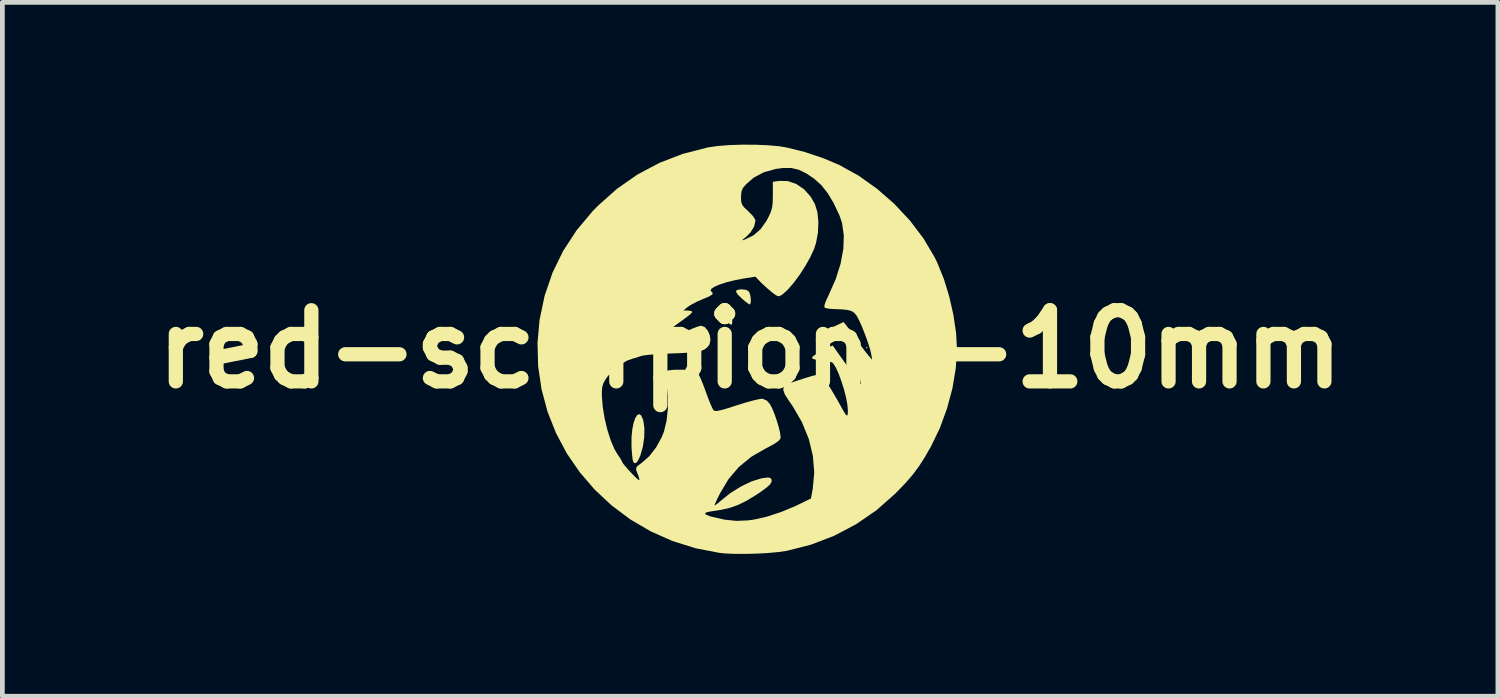
<source format=kicad_pcb>
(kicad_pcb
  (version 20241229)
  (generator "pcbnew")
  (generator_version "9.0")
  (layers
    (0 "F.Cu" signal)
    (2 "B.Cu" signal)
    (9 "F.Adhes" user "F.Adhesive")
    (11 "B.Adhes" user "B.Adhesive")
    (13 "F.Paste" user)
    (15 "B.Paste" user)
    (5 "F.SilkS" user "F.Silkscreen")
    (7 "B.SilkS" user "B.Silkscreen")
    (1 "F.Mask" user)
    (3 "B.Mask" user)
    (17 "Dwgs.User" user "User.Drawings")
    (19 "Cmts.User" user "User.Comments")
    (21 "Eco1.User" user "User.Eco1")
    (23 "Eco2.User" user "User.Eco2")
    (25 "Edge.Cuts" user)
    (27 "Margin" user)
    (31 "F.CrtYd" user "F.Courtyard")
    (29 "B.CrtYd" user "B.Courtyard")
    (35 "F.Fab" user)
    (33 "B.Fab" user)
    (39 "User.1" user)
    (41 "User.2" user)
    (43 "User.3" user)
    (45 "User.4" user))
  (footprint "red-scorpions-10mm"
    (layer "F.Cu")
    (at 12.764 4.312)
    (property "Reference" "red-scorpions-10mm" (at 0 0 0) (layer "F.SilkS") (effects (font (size 1.5 1.5) (thickness 0.3))))
    (attr board_only exclude_from_pos_files exclude_from_bom)
    (fp_poly (pts (xy 2.476 -0.032) (xy 2.46 -0.016) (xy 2.444 -0.032) (xy 2.46 -0.048)) (stroke (width 0) (type solid)) (fill yes) (layer "F.SilkS"))
    (fp_poly (pts (xy -0.479 -0.894) (xy -0.433 -0.851) (xy -0.404 -0.773) (xy -0.384 -0.679) (xy -0.376 -0.589) (xy -0.382 -0.529) (xy -0.391 -0.516) (xy -0.426 -0.528) (xy -0.491 -0.577) (xy -0.57 -0.653) (xy -0.573 -0.656) (xy -0.666 -0.764) (xy -0.704 -0.84) (xy -0.688 -0.888) (xy -0.619 -0.909) (xy -0.577 -0.911)) (stroke (width 0) (type solid)) (fill yes) (layer "F.SilkS"))
    (fp_poly (pts (xy -0.079 -1.251) (xy -0.025 -1.213) (xy -0.017 -1.2) (xy 0.004 -1.135) (xy 0.015 -1.055) (xy 0.013 -0.984) (xy -0.002 -0.945) (xy -0.008 -0.943) (xy -0.043 -0.963) (xy -0.11 -1.014) (xy -0.168 -1.063) (xy -0.26 -1.152) (xy -0.298 -1.212) (xy -0.281 -1.247) (xy -0.209 -1.261) (xy -0.177 -1.262)) (stroke (width 0) (type solid)) (fill yes) (layer "F.SilkS"))
    (fp_poly (pts (xy -2.297 1.397) (xy -2.258 1.482) (xy -2.253 1.501) (xy -2.229 1.662) (xy -2.232 1.855) (xy -2.261 2.055) (xy -2.312 2.235) (xy -2.363 2.349) (xy -2.408 2.402) (xy -2.447 2.395) (xy -2.464 2.374) (xy -2.477 2.325) (xy -2.488 2.229) (xy -2.498 2.102) (xy -2.501 2.029) (xy -2.5 1.851) (xy -2.484 1.692) (xy -2.458 1.558) (xy -2.423 1.455) (xy -2.382 1.39) (xy -2.339 1.369)) (stroke (width 0) (type solid)) (fill yes) (layer "F.SilkS"))
    (fp_poly (pts (xy 0.106 -4.311) (xy 0.372 -4.3) (xy 0.608 -4.279) (xy 0.759 -4.255) (xy 1.151 -4.158) (xy 1.545 -4.026) (xy 1.882 -3.883) (xy 2.289 -3.658) (xy 2.678 -3.381) (xy 3.042 -3.062) (xy 3.371 -2.71) (xy 3.657 -2.332) (xy 3.89 -1.938) (xy 3.947 -1.821) (xy 4.084 -1.482) (xy 4.199 -1.108) (xy 4.286 -0.721) (xy 4.342 -0.341) (xy 4.361 -0.004) (xy 4.336 0.4) (xy 4.265 0.825) (xy 4.15 1.253) (xy 3.998 1.668) (xy 3.812 2.052) (xy 3.682 2.278) (xy 3.561 2.467) (xy 3.436 2.636) (xy 3.292 2.803) (xy 3.117 2.987) (xy 3.051 3.053) (xy 2.661 3.397) (xy 2.232 3.691) (xy 1.77 3.934) (xy 1.279 4.122) (xy 0.777 4.25) (xy 0.607 4.275) (xy 0.392 4.295) (xy 0.153 4.309) (xy -0.092 4.315) (xy -0.325 4.315) (xy -0.526 4.306) (xy -0.639 4.295) (xy -1.151 4.196) (xy -1.639 4.043) (xy -2.098 3.839) (xy -2.526 3.588) (xy -2.919 3.294) (xy -3.276 2.961) (xy -3.592 2.593) (xy -3.866 2.194) (xy -4.093 1.767) (xy -4.271 1.317) (xy -4.387 0.884) (xy -3.126 0.884) (xy -3.125 0.99) (xy -3.107 1.218) (xy -3.067 1.46) (xy -3.01 1.698) (xy -2.94 1.918) (xy -2.862 2.103) (xy -2.794 2.218) (xy -2.739 2.298) (xy -2.706 2.357) (xy -2.7 2.374) (xy -2.679 2.409) (xy -2.626 2.474) (xy -2.554 2.556) (xy -2.476 2.639) (xy -2.405 2.71) (xy -2.354 2.755) (xy -2.339 2.764) (xy -2.335 2.738) (xy -2.354 2.674) (xy -2.364 2.648) (xy -2.399 2.559) (xy -2.404 2.504) (xy -2.372 2.46) (xy -2.296 2.404) (xy -2.286 2.397) (xy -2.127 2.257) (xy -1.983 2.071) (xy -1.865 1.858) (xy -1.816 1.735) (xy -1.761 1.508) (xy -1.733 1.249) (xy -1.733 0.981) (xy -1.762 0.732) (xy -1.77 0.692) (xy -1.793 0.579) (xy -1.799 0.513) (xy -1.788 0.477) (xy -1.77 0.461) (xy -1.71 0.444) (xy -1.606 0.434) (xy -1.479 0.432) (xy -1.346 0.435) (xy -1.229 0.445) (xy -1.146 0.461) (xy -1.124 0.471) (xy -1.092 0.516) (xy -1.047 0.608) (xy -0.995 0.734) (xy -0.941 0.878) (xy -0.888 1.024) (xy -0.838 1.15) (xy -0.797 1.242) (xy -0.771 1.287) (xy -0.745 1.301) (xy -0.7 1.302) (xy -0.627 1.288) (xy -0.517 1.258) (xy -0.359 1.208) (xy -0.278 1.182) (xy -0.111 1.13) (xy 0.04 1.087) (xy 0.163 1.058) (xy 0.244 1.044) (xy 0.261 1.044) (xy 0.354 1.085) (xy 0.416 1.154) (xy 0.462 1.24) (xy 0.512 1.361) (xy 0.56 1.499) (xy 0.602 1.638) (xy 0.631 1.761) (xy 0.643 1.851) (xy 0.641 1.88) (xy 0.604 1.93) (xy 0.515 1.993) (xy 0.37 2.072) (xy 0.338 2.087) (xy 0.025 2.268) (xy -0.237 2.483) (xy -0.455 2.738) (xy -0.636 3.041) (xy -0.636 3.041) (xy -0.69 3.15) (xy -0.73 3.238) (xy -0.75 3.287) (xy -0.751 3.292) (xy -0.73 3.285) (xy -0.675 3.244) (xy -0.621 3.197) (xy -0.415 3.032) (xy -0.191 2.893) (xy 0.032 2.786) (xy 0.24 2.722) (xy 0.284 2.715) (xy 0.378 2.705) (xy 0.428 2.715) (xy 0.451 2.745) (xy 0.453 2.794) (xy 0.42 2.85) (xy 0.345 2.919) (xy 0.224 3.008) (xy 0.114 3.08) (xy -0.083 3.199) (xy -0.256 3.284) (xy -0.43 3.345) (xy -0.626 3.389) (xy -0.823 3.419) (xy -0.919 3.438) (xy -0.952 3.463) (xy -0.921 3.493) (xy -0.827 3.527) (xy -0.805 3.533) (xy -0.534 3.594) (xy -0.289 3.619) (xy -0.047 3.609) (xy 0.08 3.592) (xy 0.355 3.53) (xy 0.656 3.431) (xy 0.963 3.303) (xy 1.025 3.273) (xy 1.283 3.147) (xy 1.32 2.944) (xy 1.352 2.601) (xy 1.323 2.248) (xy 1.237 1.893) (xy 1.094 1.541) (xy 0.897 1.201) (xy 0.821 1.092) (xy 0.733 0.956) (xy 0.697 0.853) (xy 0.712 0.781) (xy 0.751 0.748) (xy 0.8 0.729) (xy 0.895 0.695) (xy 1.022 0.653) (xy 1.142 0.614) (xy 1.311 0.563) (xy 1.426 0.536) (xy 1.493 0.531) (xy 1.514 0.54) (xy 1.551 0.593) (xy 1.61 0.687) (xy 1.684 0.808) (xy 1.763 0.94) (xy 1.838 1.069) (xy 1.901 1.181) (xy 1.91 1.198) (xy 1.978 1.319) (xy 2.021 1.385) (xy 2.047 1.4) (xy 2.058 1.367) (xy 2.061 1.29) (xy 2.05 1.165) (xy 2.021 1.011) (xy 1.977 0.842) (xy 1.924 0.674) (xy 1.867 0.518) (xy 1.809 0.39) (xy 1.755 0.304) (xy 1.729 0.279) (xy 1.68 0.264) (xy 1.589 0.249) (xy 1.504 0.24) (xy 1.399 0.225) (xy 1.326 0.203) (xy 1.302 0.185) (xy 1.323 0.153) (xy 1.39 0.104) (xy 1.491 0.046) (xy 1.514 0.034) (xy 1.739 -0.08) (xy 2.034 0.334) (xy 2.135 0.474) (xy 2.221 0.593) (xy 2.288 0.681) (xy 2.329 0.732) (xy 2.338 0.74) (xy 2.336 0.703) (xy 2.315 0.62) (xy 2.28 0.503) (xy 2.235 0.365) (xy 2.184 0.218) (xy 2.132 0.076) (xy 2.084 -0.048) (xy 2.042 -0.143) (xy 2.022 -0.182) (xy 1.962 -0.27) (xy 1.911 -0.317) (xy 1.846 -0.337) (xy 1.798 -0.342) (xy 1.713 -0.355) (xy 1.661 -0.377) (xy 1.655 -0.386) (xy 1.675 -0.416) (xy 1.739 -0.461) (xy 1.807 -0.496) (xy 1.97 -0.573) (xy 2.033 -0.494) (xy 2.081 -0.431) (xy 2.151 -0.334) (xy 2.231 -0.221) (xy 2.252 -0.192) (xy 2.336 -0.074) (xy 2.417 0.035) (xy 2.481 0.116) (xy 2.491 0.128) (xy 2.573 0.224) (xy 2.553 0.102) (xy 2.527 -0.004) (xy 2.482 -0.146) (xy 2.426 -0.304) (xy 2.364 -0.46) (xy 2.304 -0.596) (xy 2.254 -0.693) (xy 2.244 -0.709) (xy 2.196 -0.766) (xy 2.137 -0.805) (xy 2.053 -0.828) (xy 1.93 -0.84) (xy 1.79 -0.845) (xy 1.682 -0.852) (xy 1.601 -0.865) (xy 1.568 -0.879) (xy 1.566 -0.923) (xy 1.597 -1.014) (xy 1.656 -1.141) (xy 1.804 -1.476) (xy 1.907 -1.802) (xy 1.965 -2.113) (xy 1.975 -2.401) (xy 1.938 -2.661) (xy 1.886 -2.815) (xy 1.762 -3.078) (xy 1.637 -3.288) (xy 1.504 -3.456) (xy 1.353 -3.593) (xy 1.187 -3.705) (xy 1.027 -3.783) (xy 0.871 -3.82) (xy 0.695 -3.821) (xy 0.545 -3.801) (xy 0.29 -3.731) (xy 0.074 -3.615) (xy -0.08 -3.482) (xy -0.15 -3.402) (xy -0.182 -3.328) (xy -0.192 -3.229) (xy -0.192 -3.205) (xy -0.188 -3.113) (xy -0.17 -3.049) (xy -0.126 -2.99) (xy -0.045 -2.914) (xy -0.04 -2.91) (xy 0.057 -2.811) (xy 0.107 -2.731) (xy 0.112 -2.704) (xy 0.084 -2.584) (xy 0.008 -2.461) (xy -0.087 -2.366) (xy -0.15 -2.315) (xy -0.165 -2.296) (xy -0.134 -2.304) (xy -0.104 -2.315) (xy 0.074 -2.403) (xy 0.22 -2.53) (xy 0.345 -2.706) (xy 0.392 -2.796) (xy 0.437 -2.895) (xy 0.463 -2.987) (xy 0.476 -3.094) (xy 0.479 -3.24) (xy 0.479 -3.25) (xy 0.479 -3.529) (xy 0.609 -3.548) (xy 0.793 -3.545) (xy 0.972 -3.484) (xy 1.137 -3.372) (xy 1.277 -3.215) (xy 1.367 -3.057) (xy 1.419 -2.886) (xy 1.439 -2.679) (xy 1.43 -2.457) (xy 1.39 -2.241) (xy 1.35 -2.118) (xy 1.268 -1.94) (xy 1.162 -1.751) (xy 1.041 -1.564) (xy 0.914 -1.393) (xy 0.791 -1.252) (xy 0.681 -1.154) (xy 0.667 -1.145) (xy 0.62 -1.119) (xy 0.578 -1.12) (xy 0.522 -1.153) (xy 0.459 -1.201) (xy 0.355 -1.289) (xy 0.251 -1.385) (xy 0.218 -1.418) (xy 0.11 -1.53) (xy -0.137 -1.49) (xy -0.329 -1.453) (xy -0.501 -1.41) (xy -0.645 -1.363) (xy -0.753 -1.316) (xy -0.819 -1.272) (xy -0.833 -1.233) (xy -0.816 -1.215) (xy -0.787 -1.185) (xy -0.801 -1.152) (xy -0.865 -1.112) (xy -0.985 -1.061) (xy -1.002 -1.054) (xy -1.126 -1) (xy -1.238 -0.941) (xy -1.314 -0.892) (xy -1.406 -0.817) (xy -1.32 -0.816) (xy -1.251 -0.807) (xy -1.218 -0.79) (xy -1.236 -0.762) (xy -1.296 -0.708) (xy -1.387 -0.639) (xy -1.432 -0.607) (xy -1.587 -0.495) (xy -1.723 -0.387) (xy -1.832 -0.289) (xy -1.905 -0.209) (xy -1.933 -0.156) (xy -1.933 -0.155) (xy -1.923 -0.115) (xy -1.917 -0.112) (xy -1.884 -0.125) (xy -1.805 -0.161) (xy -1.69 -0.216) (xy -1.55 -0.283) (xy -1.507 -0.304) (xy -1.356 -0.374) (xy -1.22 -0.433) (xy -1.111 -0.475) (xy -1.044 -0.494) (xy -1.035 -0.495) (xy -0.958 -0.467) (xy -0.894 -0.393) (xy -0.85 -0.295) (xy -0.836 -0.19) (xy -0.858 -0.099) (xy -0.863 -0.09) (xy -0.906 -0.037) (xy -0.958 0.004) (xy -1.031 0.035) (xy -1.133 0.056) (xy -1.274 0.071) (xy -1.462 0.082) (xy -1.645 0.089) (xy -1.835 0.097) (xy -2.009 0.108) (xy -2.154 0.12) (xy -2.257 0.134) (xy -2.3 0.144) (xy -2.391 0.175) (xy -2.464 0.195) (xy -2.594 0.241) (xy -2.739 0.328) (xy -2.88 0.44) (xy -2.997 0.564) (xy -3.04 0.623) (xy -3.09 0.71) (xy -3.116 0.788) (xy -3.126 0.884) (xy -4.387 0.884) (xy -4.397 0.847) (xy -4.469 0.36) (xy -4.482 -0.138) (xy -4.439 -0.618) (xy -4.332 -1.128) (xy -4.166 -1.613) (xy -3.941 -2.073) (xy -3.659 -2.506) (xy -3.32 -2.91) (xy -3.213 -3.02) (xy -2.81 -3.379) (xy -2.378 -3.681) (xy -1.915 -3.927) (xy -1.42 -4.118) (xy -0.892 -4.254) (xy -0.887 -4.255) (xy -0.687 -4.284) (xy -0.442 -4.303) (xy -0.172 -4.312)) (stroke (width 0) (type solid)) (fill yes) (layer "F.SilkS")))
  (gr_rect
    (start -3 -3)
    (end 28.529 11.628)
    (stroke (width 0.1) (type default))
    (fill no)
    (layer "Edge.Cuts")))
</source>
